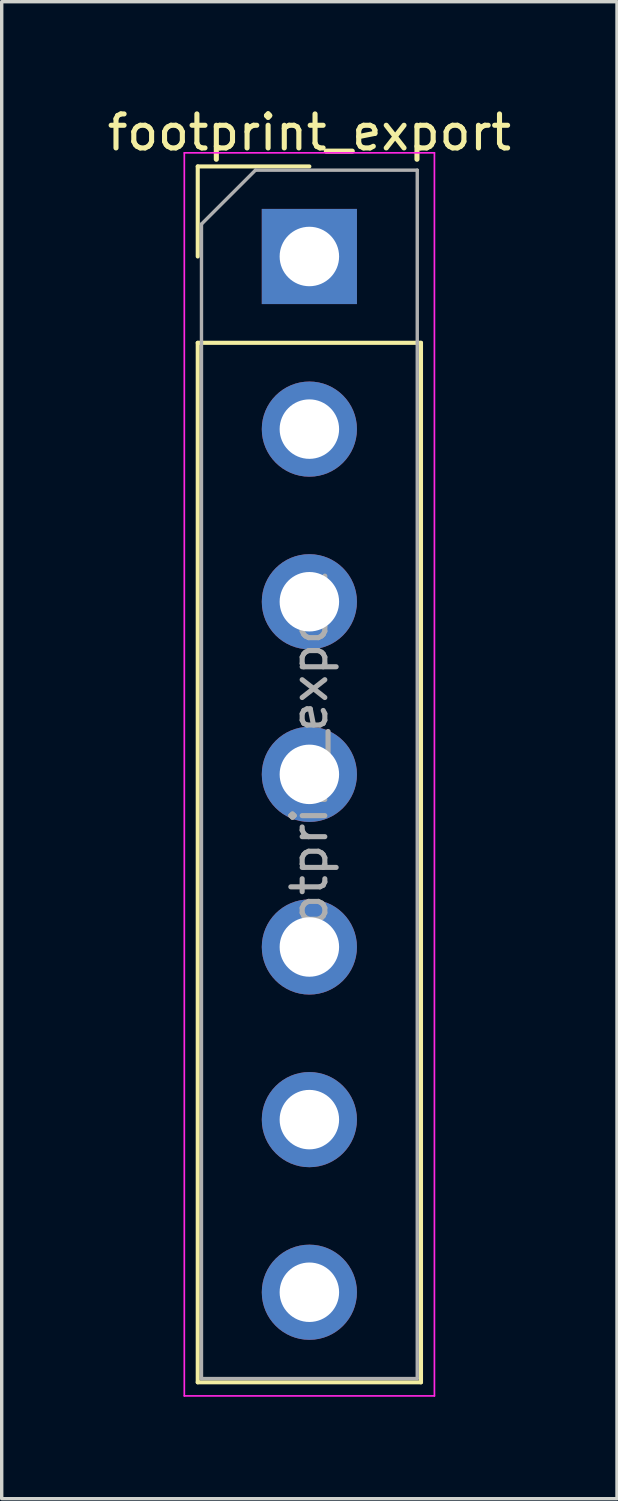
<source format=kicad_pcb>
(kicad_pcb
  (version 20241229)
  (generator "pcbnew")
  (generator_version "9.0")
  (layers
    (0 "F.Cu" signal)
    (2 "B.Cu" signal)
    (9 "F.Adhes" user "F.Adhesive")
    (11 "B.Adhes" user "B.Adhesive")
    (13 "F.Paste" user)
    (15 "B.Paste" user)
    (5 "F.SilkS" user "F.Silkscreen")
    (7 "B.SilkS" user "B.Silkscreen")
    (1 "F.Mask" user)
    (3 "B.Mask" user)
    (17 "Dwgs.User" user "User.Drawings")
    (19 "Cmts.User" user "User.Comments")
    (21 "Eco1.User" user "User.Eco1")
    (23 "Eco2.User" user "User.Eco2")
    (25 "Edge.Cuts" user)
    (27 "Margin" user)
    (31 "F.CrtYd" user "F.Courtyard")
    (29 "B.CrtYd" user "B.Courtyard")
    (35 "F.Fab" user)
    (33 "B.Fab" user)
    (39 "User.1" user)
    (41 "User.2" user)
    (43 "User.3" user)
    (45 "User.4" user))
  (footprint "footprint_export"
    (layer "F.Cu")
    (at 6.054 4.498)
    (property "Reference" "footprint_export" (at 0 -3.65 0) (layer "F.SilkS") (effects (font (size 1 1) (thickness 0.15))))
    (attr through_hole)
    (fp_line (start -3.285 -2.65) (end 0 -2.65) (stroke (width 0.12) (type solid)) (layer "F.SilkS"))
    (fp_line (start -3.285 0) (end -3.285 -2.65) (stroke (width 0.12) (type solid)) (layer "F.SilkS"))
    (fp_line (start -3.285 2.54) (end -3.285 33.13) (stroke (width 0.12) (type solid)) (layer "F.SilkS"))
    (fp_line (start -3.285 2.54) (end 3.285 2.54) (stroke (width 0.12) (type solid)) (layer "F.SilkS"))
    (fp_line (start -3.285 33.13) (end 3.285 33.13) (stroke (width 0.12) (type solid)) (layer "F.SilkS"))
    (fp_line (start 3.285 2.54) (end 3.285 33.13) (stroke (width 0.12) (type solid)) (layer "F.SilkS"))
    (fp_line (start -3.68 -3.05) (end -3.68 33.53) (stroke (width 0.05) (type solid)) (layer "F.CrtYd"))
    (fp_line (start -3.68 33.53) (end 3.68 33.53) (stroke (width 0.05) (type solid)) (layer "F.CrtYd"))
    (fp_line (start 3.68 -3.05) (end -3.68 -3.05) (stroke (width 0.05) (type solid)) (layer "F.CrtYd"))
    (fp_line (start 3.68 33.53) (end 3.68 -3.05) (stroke (width 0.05) (type solid)) (layer "F.CrtYd"))
    (fp_line (start -3.175 -0.953) (end -1.587 -2.54) (stroke (width 0.1) (type solid)) (layer "F.Fab"))
    (fp_line (start -3.175 33.02) (end -3.175 -0.953) (stroke (width 0.1) (type solid)) (layer "F.Fab"))
    (fp_line (start -1.587 -2.54) (end 3.175 -2.54) (stroke (width 0.1) (type solid)) (layer "F.Fab"))
    (fp_line (start 3.175 -2.54) (end 3.175 33.02) (stroke (width 0.1) (type solid)) (layer "F.Fab"))
    (fp_line (start 3.175 33.02) (end -3.175 33.02) (stroke (width 0.1) (type solid)) (layer "F.Fab"))
    (fp_text user "${REFERENCE}" (at 0 15.24 90) (layer "F.Fab") (effects (font (size 1 1) (thickness 0.15))))
    (pad "1" thru_hole rect (at 0 0) (size 2.8 2.8) (drill 1.75) (layers "*.Cu" "*.Mask"))
    (pad "2" thru_hole circle (at 0 5.08) (size 2.8 2.8) (drill 1.75) (layers "*.Cu" "*.Mask"))
    (pad "3" thru_hole circle (at 0 10.16) (size 2.8 2.8) (drill 1.75) (layers "*.Cu" "*.Mask"))
    (pad "4" thru_hole circle (at 0 15.24) (size 2.8 2.8) (drill 1.75) (layers "*.Cu" "*.Mask"))
    (pad "5" thru_hole circle (at 0 20.32) (size 2.8 2.8) (drill 1.75) (layers "*.Cu" "*.Mask"))
    (pad "6" thru_hole circle (at 0 25.4) (size 2.8 2.8) (drill 1.75) (layers "*.Cu" "*.Mask"))
    (pad "7" thru_hole circle (at 0 30.48) (size 2.8 2.8) (drill 1.75) (layers "*.Cu" "*.Mask")))
  (gr_rect
    (start -3 -3)
    (end 15.107 41.053)
    (stroke (width 0.1) (type default))
    (fill no)
    (layer "Edge.Cuts")))
</source>
